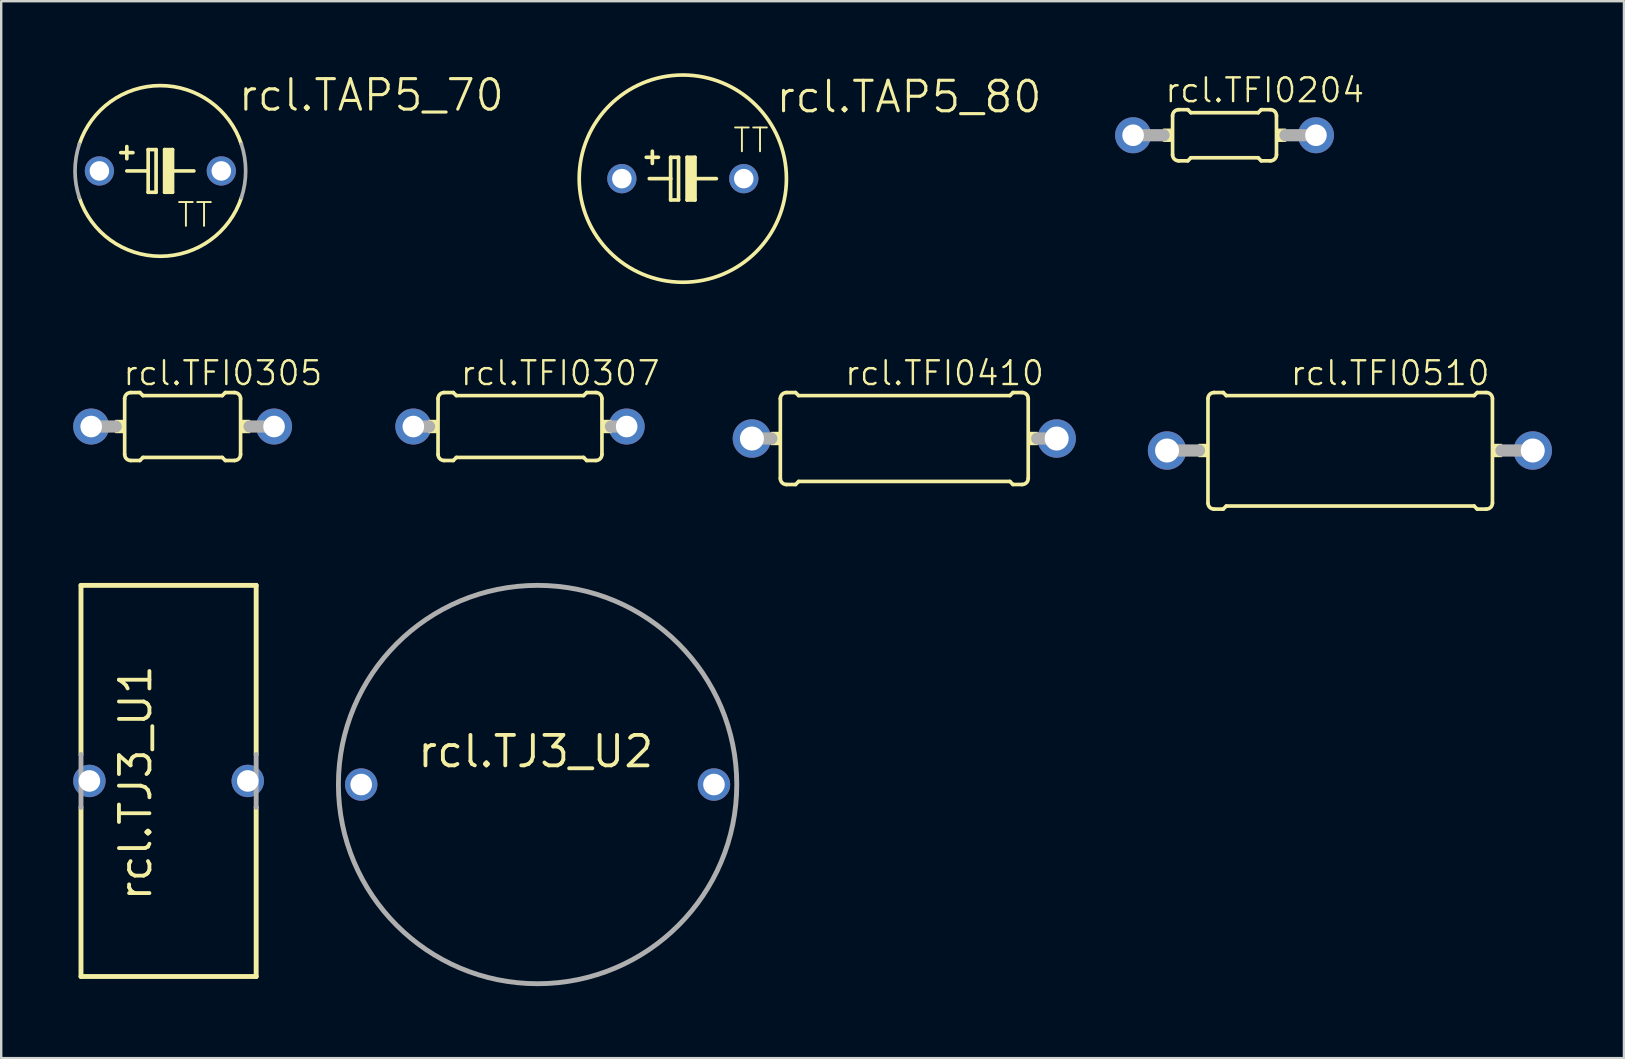
<source format=kicad_pcb>
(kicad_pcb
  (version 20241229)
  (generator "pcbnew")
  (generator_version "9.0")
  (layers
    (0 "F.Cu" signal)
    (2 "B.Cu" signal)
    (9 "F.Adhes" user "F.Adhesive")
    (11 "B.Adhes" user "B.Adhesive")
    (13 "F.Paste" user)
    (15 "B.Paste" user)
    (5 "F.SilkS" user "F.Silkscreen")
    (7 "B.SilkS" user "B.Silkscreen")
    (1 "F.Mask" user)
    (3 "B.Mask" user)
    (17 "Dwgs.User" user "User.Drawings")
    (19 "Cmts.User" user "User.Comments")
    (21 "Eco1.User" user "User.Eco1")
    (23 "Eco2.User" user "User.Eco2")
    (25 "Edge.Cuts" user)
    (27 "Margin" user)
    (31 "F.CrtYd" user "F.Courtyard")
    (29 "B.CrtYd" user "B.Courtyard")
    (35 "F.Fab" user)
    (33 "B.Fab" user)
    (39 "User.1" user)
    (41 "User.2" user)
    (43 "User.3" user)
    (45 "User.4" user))
  (footprint "rcl.TFI0307"
    (layer "F.Cu")
    (at 18.619 14.724)
    (property "Reference" "rcl.TFI0307" (at -2.54 -1.645 0) (layer "F.SilkS") (effects (font (size 0.991 0.991) (thickness 0.1)) (justify left bottom)))
    (attr through_hole)
    (fp_line (start -3.415 1.162) (end -3.415 -1.162) (stroke (width 0.152) (type default)) (layer "F.SilkS"))
    (fp_line (start -3.161 -1.416) (end -2.78 -1.416) (stroke (width 0.152) (type default)) (layer "F.SilkS"))
    (fp_line (start -3.161 1.416) (end -2.78 1.416) (stroke (width 0.152) (type default)) (layer "F.SilkS"))
    (fp_line (start -2.653 -1.289) (end -2.78 -1.416) (stroke (width 0.152) (type default)) (layer "F.SilkS"))
    (fp_line (start -2.653 1.289) (end -2.78 1.416) (stroke (width 0.152) (type default)) (layer "F.SilkS"))
    (fp_line (start 2.653 -1.289) (end -2.653 -1.289) (stroke (width 0.152) (type default)) (layer "F.SilkS"))
    (fp_line (start 2.653 -1.289) (end 2.78 -1.416) (stroke (width 0.152) (type default)) (layer "F.SilkS"))
    (fp_line (start 2.653 1.289) (end -2.653 1.289) (stroke (width 0.152) (type default)) (layer "F.SilkS"))
    (fp_line (start 2.653 1.289) (end 2.78 1.416) (stroke (width 0.152) (type default)) (layer "F.SilkS"))
    (fp_line (start 3.161 -1.416) (end 2.78 -1.416) (stroke (width 0.152) (type default)) (layer "F.SilkS"))
    (fp_line (start 3.161 1.416) (end 2.78 1.416) (stroke (width 0.152) (type default)) (layer "F.SilkS"))
    (fp_line (start 3.415 1.162) (end 3.415 -1.162) (stroke (width 0.152) (type default)) (layer "F.SilkS"))
    (fp_rect (start -3.796 0.254) (end -3.415 -0.254) (stroke (width 0.05) (type default)) (fill yes) (layer "F.SilkS"))
    (fp_rect (start 3.415 0.254) (end 3.796 -0.254) (stroke (width 0.05) (type default)) (fill yes) (layer "F.SilkS"))
    (fp_arc (start -3.415 -1.162) (mid -3.340605 -1.341605) (end -3.161 -1.416) (stroke (width 0.1524) (type default)) (layer "F.SilkS"))
    (fp_arc (start -3.161 1.416) (mid -3.340605 1.341605) (end -3.415 1.162) (stroke (width 0.1524) (type default)) (layer "F.SilkS"))
    (fp_arc (start 3.161 -1.416) (mid 3.340605 -1.341605) (end 3.415 -1.162) (stroke (width 0.1524) (type default)) (layer "F.SilkS"))
    (fp_arc (start 3.415 1.162) (mid 3.340605 1.341605) (end 3.161 1.416) (stroke (width 0.1524) (type default)) (layer "F.SilkS"))
    (fp_line (start -4.445 0) (end -3.79 0) (stroke (width 0.508) (type default)) (layer "F.Fab"))
    (fp_line (start 4.445 0) (end 3.79 0) (stroke (width 0.508) (type default)) (layer "F.Fab"))
    (pad "1" thru_hole circle (at -4.445 0) (size 1.5 1.5) (drill 0.9) (layers "*.Cu" "*.Mask"))
    (pad "2" thru_hole circle (at 4.445 0) (size 1.5 1.5) (drill 0.9) (layers "*.Cu" "*.Mask")))
  (footprint "rcl.TFI0305"
    (layer "F.Cu")
    (at 4.56 14.724)
    (property "Reference" "rcl.TFI0305" (at -2.54 -1.645 0) (layer "F.SilkS") (effects (font (size 0.991 0.991) (thickness 0.1)) (justify left bottom)))
    (attr through_hole)
    (fp_line (start -2.415 1.162) (end -2.415 -1.162) (stroke (width 0.152) (type default)) (layer "F.SilkS"))
    (fp_line (start -2.161 -1.416) (end -1.78 -1.416) (stroke (width 0.152) (type default)) (layer "F.SilkS"))
    (fp_line (start -2.161 1.416) (end -1.78 1.416) (stroke (width 0.152) (type default)) (layer "F.SilkS"))
    (fp_line (start -1.653 -1.289) (end -1.78 -1.416) (stroke (width 0.152) (type default)) (layer "F.SilkS"))
    (fp_line (start -1.653 1.289) (end -1.78 1.416) (stroke (width 0.152) (type default)) (layer "F.SilkS"))
    (fp_line (start 1.653 -1.289) (end -1.653 -1.289) (stroke (width 0.152) (type default)) (layer "F.SilkS"))
    (fp_line (start 1.653 -1.289) (end 1.78 -1.416) (stroke (width 0.152) (type default)) (layer "F.SilkS"))
    (fp_line (start 1.653 1.289) (end -1.653 1.289) (stroke (width 0.152) (type default)) (layer "F.SilkS"))
    (fp_line (start 1.653 1.289) (end 1.78 1.416) (stroke (width 0.152) (type default)) (layer "F.SilkS"))
    (fp_line (start 2.161 -1.416) (end 1.78 -1.416) (stroke (width 0.152) (type default)) (layer "F.SilkS"))
    (fp_line (start 2.161 1.416) (end 1.78 1.416) (stroke (width 0.152) (type default)) (layer "F.SilkS"))
    (fp_line (start 2.415 1.162) (end 2.415 -1.162) (stroke (width 0.152) (type default)) (layer "F.SilkS"))
    (fp_rect (start -2.796 0.254) (end -2.415 -0.254) (stroke (width 0.05) (type default)) (fill yes) (layer "F.SilkS"))
    (fp_rect (start 2.415 0.254) (end 2.796 -0.254) (stroke (width 0.05) (type default)) (fill yes) (layer "F.SilkS"))
    (fp_arc (start -2.415 -1.162) (mid -2.340605 -1.341605) (end -2.161 -1.416) (stroke (width 0.1524) (type default)) (layer "F.SilkS"))
    (fp_arc (start -2.161 1.416) (mid -2.340605 1.341605) (end -2.415 1.162) (stroke (width 0.1524) (type default)) (layer "F.SilkS"))
    (fp_arc (start 2.161 -1.416) (mid 2.340605 -1.341605) (end 2.415 -1.162) (stroke (width 0.1524) (type default)) (layer "F.SilkS"))
    (fp_arc (start 2.415 1.162) (mid 2.340605 1.341605) (end 2.161 1.416) (stroke (width 0.1524) (type default)) (layer "F.SilkS"))
    (fp_line (start -3.81 0) (end -2.79 0) (stroke (width 0.508) (type default)) (layer "F.Fab"))
    (fp_line (start 3.81 0) (end 2.79 0) (stroke (width 0.508) (type default)) (layer "F.Fab"))
    (pad "1" thru_hole circle (at -3.81 0) (size 1.5 1.5) (drill 0.9) (layers "*.Cu" "*.Mask"))
    (pad "2" thru_hole circle (at 3.81 0) (size 1.5 1.5) (drill 0.9) (layers "*.Cu" "*.Mask")))
  (footprint "rcl.TAP5_80"
    (layer "F.Cu")
    (at 25.404 4.394)
    (property "Reference" "rcl.TAP5_80" (at 3.81 -2.667 0) (layer "F.SilkS") (effects (font (size 1.27 1.27) (thickness 0.13)) (justify left bottom)))
    (attr through_hole)
    (fp_line (start -1.397 0) (end -0.508 0) (stroke (width 0.152) (type default)) (layer "F.SilkS"))
    (fp_line (start -1.27 -0.635) (end -1.27 -1.143) (stroke (width 0.152) (type default)) (layer "F.SilkS"))
    (fp_line (start -1.016 -0.889) (end -1.524 -0.889) (stroke (width 0.152) (type default)) (layer "F.SilkS"))
    (fp_line (start -0.508 -0.889) (end -0.508 0) (stroke (width 0.152) (type default)) (layer "F.SilkS"))
    (fp_line (start -0.508 0) (end -0.508 0.889) (stroke (width 0.152) (type default)) (layer "F.SilkS"))
    (fp_line (start -0.508 0.889) (end -0.178 0.889) (stroke (width 0.152) (type default)) (layer "F.SilkS"))
    (fp_line (start -0.178 -0.889) (end -0.508 -0.889) (stroke (width 0.152) (type default)) (layer "F.SilkS"))
    (fp_line (start -0.178 0.889) (end -0.178 -0.889) (stroke (width 0.152) (type default)) (layer "F.SilkS"))
    (fp_line (start 0.178 -0.889) (end 0.178 0.889) (stroke (width 0.152) (type default)) (layer "F.SilkS"))
    (fp_line (start 0.178 0.889) (end 0.508 0.889) (stroke (width 0.152) (type default)) (layer "F.SilkS"))
    (fp_line (start 0.33 0.762) (end 0.33 -0.762) (stroke (width 0.3) (type default)) (layer "F.SilkS"))
    (fp_line (start 0.508 -0.889) (end 0.178 -0.889) (stroke (width 0.152) (type default)) (layer "F.SilkS"))
    (fp_line (start 0.508 0) (end 0.508 -0.889) (stroke (width 0.152) (type default)) (layer "F.SilkS"))
    (fp_line (start 0.508 0) (end 1.397 0) (stroke (width 0.152) (type default)) (layer "F.SilkS"))
    (fp_line (start 0.508 0.889) (end 0.508 0) (stroke (width 0.152) (type default)) (layer "F.SilkS"))
    (fp_circle (center 0 0) (end 4.318 0) (stroke (width 0.152) (type default)) (fill no) (layer "F.SilkS"))
    (fp_text user "TT" (at 2.032 -1.016 0) (layer "F.SilkS") (effects (font (size 0.991 0.991) (thickness 0.08)) (justify left bottom)))
    (pad "+" thru_hole circle (at -2.54 0) (size 1.219 1.219) (drill 0.813) (layers "*.Cu" "*.Mask"))
    (pad "-" thru_hole circle (at 2.54 0) (size 1.219 1.219) (drill 0.813) (layers "*.Cu" "*.Mask")))
  (footprint "rcl.TFI0410"
    (layer "F.Cu")
    (at 34.633 15.224)
    (property "Reference" "rcl.TFI0410" (at -2.54 -2.145 0) (layer "F.SilkS") (effects (font (size 0.991 0.991) (thickness 0.1)) (justify left bottom)))
    (attr through_hole)
    (fp_line (start -5.165 1.662) (end -5.165 -1.662) (stroke (width 0.152) (type default)) (layer "F.SilkS"))
    (fp_line (start -4.911 -1.916) (end -4.53 -1.916) (stroke (width 0.152) (type default)) (layer "F.SilkS"))
    (fp_line (start -4.911 1.916) (end -4.53 1.916) (stroke (width 0.152) (type default)) (layer "F.SilkS"))
    (fp_line (start -4.403 -1.789) (end -4.53 -1.916) (stroke (width 0.152) (type default)) (layer "F.SilkS"))
    (fp_line (start -4.403 1.789) (end -4.53 1.916) (stroke (width 0.152) (type default)) (layer "F.SilkS"))
    (fp_line (start 4.403 -1.789) (end -4.403 -1.789) (stroke (width 0.152) (type default)) (layer "F.SilkS"))
    (fp_line (start 4.403 -1.789) (end 4.53 -1.916) (stroke (width 0.152) (type default)) (layer "F.SilkS"))
    (fp_line (start 4.403 1.789) (end -4.403 1.789) (stroke (width 0.152) (type default)) (layer "F.SilkS"))
    (fp_line (start 4.403 1.789) (end 4.53 1.916) (stroke (width 0.152) (type default)) (layer "F.SilkS"))
    (fp_line (start 4.911 -1.916) (end 4.53 -1.916) (stroke (width 0.152) (type default)) (layer "F.SilkS"))
    (fp_line (start 4.911 1.916) (end 4.53 1.916) (stroke (width 0.152) (type default)) (layer "F.SilkS"))
    (fp_line (start 5.165 1.662) (end 5.165 -1.662) (stroke (width 0.152) (type default)) (layer "F.SilkS"))
    (fp_rect (start -5.546 0.254) (end -5.165 -0.254) (stroke (width 0.05) (type default)) (fill yes) (layer "F.SilkS"))
    (fp_rect (start 5.165 0.254) (end 5.546 -0.254) (stroke (width 0.05) (type default)) (fill yes) (layer "F.SilkS"))
    (fp_arc (start -5.165 -1.662) (mid -5.090605 -1.841605) (end -4.911 -1.916) (stroke (width 0.1524) (type default)) (layer "F.SilkS"))
    (fp_arc (start -4.911 1.916) (mid -5.090605 1.841605) (end -5.165 1.662) (stroke (width 0.1524) (type default)) (layer "F.SilkS"))
    (fp_arc (start 4.911 -1.916) (mid 5.090605 -1.841605) (end 5.165 -1.662) (stroke (width 0.1524) (type default)) (layer "F.SilkS"))
    (fp_arc (start 5.165 1.662) (mid 5.090605 1.841605) (end 4.911 1.916) (stroke (width 0.1524) (type default)) (layer "F.SilkS"))
    (fp_line (start -6.35 0) (end -5.54 0) (stroke (width 0.508) (type default)) (layer "F.Fab"))
    (fp_line (start 6.35 0) (end 5.54 0) (stroke (width 0.508) (type default)) (layer "F.Fab"))
    (pad "1" thru_hole circle (at -6.35 0) (size 1.6 1.6) (drill 1) (layers "*.Cu" "*.Mask"))
    (pad "2" thru_hole circle (at 6.35 0) (size 1.6 1.6) (drill 1) (layers "*.Cu" "*.Mask")))
  (footprint "rcl.TJ3_U1"
    (layer "F.Cu")
    (at 3.975 29.493)
    (property "Reference" "rcl.TJ3_U1" (at -0.635 5.08 90) (layer "F.SilkS") (effects (font (size 1.27 1.27) (thickness 0.16)) (justify left bottom)))
    (attr through_hole)
    (fp_line (start -3.65 -8.15) (end 3.65 -8.15) (stroke (width 0.203) (type default)) (layer "F.SilkS"))
    (fp_line (start -3.65 -1.1) (end -3.65 -8.15) (stroke (width 0.203) (type default)) (layer "F.SilkS"))
    (fp_line (start -3.65 8.15) (end -3.65 1.1) (stroke (width 0.203) (type default)) (layer "F.SilkS"))
    (fp_line (start 3.65 -8.15) (end 3.65 -1.1) (stroke (width 0.203) (type default)) (layer "F.SilkS"))
    (fp_line (start 3.65 1.1) (end 3.65 8.15) (stroke (width 0.203) (type default)) (layer "F.SilkS"))
    (fp_line (start 3.65 8.15) (end -3.65 8.15) (stroke (width 0.203) (type default)) (layer "F.SilkS"))
    (fp_line (start -3.65 1.1) (end -3.65 -1.1) (stroke (width 0.203) (type default)) (layer "F.Fab"))
    (fp_line (start 3.65 -1.1) (end 3.65 1.1) (stroke (width 0.203) (type default)) (layer "F.Fab"))
    (pad "1" thru_hole circle (at -3.3 0) (size 1.35 1.35) (drill 0.9) (layers "*.Cu" "*.Mask"))
    (pad "2" thru_hole circle (at 3.3 0) (size 1.35 1.35) (drill 0.9) (layers "*.Cu" "*.Mask")))
  (footprint "rcl.TFI0204"
    (layer "F.Cu")
    (at 47.978 2.586)
    (property "Reference" "rcl.TFI0204" (at -2.54 -1.295 0) (layer "F.SilkS") (effects (font (size 0.991 0.991) (thickness 0.1)) (justify left bottom)))
    (attr through_hole)
    (fp_line (start -2.165 0.812) (end -2.165 -0.812) (stroke (width 0.152) (type default)) (layer "F.SilkS"))
    (fp_line (start -1.911 -1.066) (end -1.53 -1.066) (stroke (width 0.152) (type default)) (layer "F.SilkS"))
    (fp_line (start -1.911 1.066) (end -1.53 1.066) (stroke (width 0.152) (type default)) (layer "F.SilkS"))
    (fp_line (start -1.403 -0.939) (end -1.53 -1.066) (stroke (width 0.152) (type default)) (layer "F.SilkS"))
    (fp_line (start -1.403 0.939) (end -1.53 1.066) (stroke (width 0.152) (type default)) (layer "F.SilkS"))
    (fp_line (start 1.403 -0.939) (end -1.403 -0.939) (stroke (width 0.152) (type default)) (layer "F.SilkS"))
    (fp_line (start 1.403 -0.939) (end 1.53 -1.066) (stroke (width 0.152) (type default)) (layer "F.SilkS"))
    (fp_line (start 1.403 0.939) (end -1.403 0.939) (stroke (width 0.152) (type default)) (layer "F.SilkS"))
    (fp_line (start 1.403 0.939) (end 1.53 1.066) (stroke (width 0.152) (type default)) (layer "F.SilkS"))
    (fp_line (start 1.911 -1.066) (end 1.53 -1.066) (stroke (width 0.152) (type default)) (layer "F.SilkS"))
    (fp_line (start 1.911 1.066) (end 1.53 1.066) (stroke (width 0.152) (type default)) (layer "F.SilkS"))
    (fp_line (start 2.165 0.812) (end 2.165 -0.812) (stroke (width 0.152) (type default)) (layer "F.SilkS"))
    (fp_rect (start -2.546 0.254) (end -2.165 -0.254) (stroke (width 0.05) (type default)) (fill yes) (layer "F.SilkS"))
    (fp_rect (start 2.165 0.254) (end 2.546 -0.254) (stroke (width 0.05) (type default)) (fill yes) (layer "F.SilkS"))
    (fp_arc (start -2.165 -0.812) (mid -2.090605 -0.991605) (end -1.911 -1.066) (stroke (width 0.1524) (type default)) (layer "F.SilkS"))
    (fp_arc (start -1.911 1.066) (mid -2.090605 0.991605) (end -2.165 0.812) (stroke (width 0.1524) (type default)) (layer "F.SilkS"))
    (fp_arc (start 1.911 -1.066) (mid 2.090605 -0.991605) (end 2.165 -0.812) (stroke (width 0.1524) (type default)) (layer "F.SilkS"))
    (fp_arc (start 2.165 0.812) (mid 2.090605 0.991605) (end 1.911 1.066) (stroke (width 0.1524) (type default)) (layer "F.SilkS"))
    (fp_line (start -3.81 0) (end -2.54 0) (stroke (width 0.508) (type default)) (layer "F.Fab"))
    (fp_line (start 3.81 0) (end 2.54 0) (stroke (width 0.508) (type default)) (layer "F.Fab"))
    (pad "1" thru_hole circle (at -3.81 0) (size 1.5 1.5) (drill 0.9) (layers "*.Cu" "*.Mask"))
    (pad "2" thru_hole circle (at 3.81 0) (size 1.5 1.5) (drill 0.9) (layers "*.Cu" "*.Mask")))
  (footprint "rcl.TAP5_70"
    (layer "F.Cu")
    (at 3.632 4.073)
    (property "Reference" "rcl.TAP5_70" (at 3.175 -2.413 0) (layer "F.SilkS") (effects (font (size 1.27 1.27) (thickness 0.13)) (justify left bottom)))
    (attr through_hole)
    (fp_line (start -1.397 -0.508) (end -1.397 -1.016) (stroke (width 0.152) (type default)) (layer "F.SilkS"))
    (fp_line (start -1.397 0) (end -0.508 0) (stroke (width 0.152) (type default)) (layer "F.SilkS"))
    (fp_line (start -1.143 -0.762) (end -1.651 -0.762) (stroke (width 0.152) (type default)) (layer "F.SilkS"))
    (fp_line (start -0.508 -0.889) (end -0.508 0) (stroke (width 0.152) (type default)) (layer "F.SilkS"))
    (fp_line (start -0.508 0) (end -0.508 0.889) (stroke (width 0.152) (type default)) (layer "F.SilkS"))
    (fp_line (start -0.508 0.889) (end -0.178 0.889) (stroke (width 0.152) (type default)) (layer "F.SilkS"))
    (fp_line (start -0.178 -0.889) (end -0.508 -0.889) (stroke (width 0.152) (type default)) (layer "F.SilkS"))
    (fp_line (start -0.178 0.889) (end -0.178 -0.889) (stroke (width 0.152) (type default)) (layer "F.SilkS"))
    (fp_line (start 0.178 -0.889) (end 0.178 0.889) (stroke (width 0.152) (type default)) (layer "F.SilkS"))
    (fp_line (start 0.178 0.889) (end 0.508 0.889) (stroke (width 0.152) (type default)) (layer "F.SilkS"))
    (fp_line (start 0.33 0.762) (end 0.33 -0.762) (stroke (width 0.3) (type default)) (layer "F.SilkS"))
    (fp_line (start 0.508 -0.889) (end 0.178 -0.889) (stroke (width 0.152) (type default)) (layer "F.SilkS"))
    (fp_line (start 0.508 0) (end 0.508 -0.889) (stroke (width 0.152) (type default)) (layer "F.SilkS"))
    (fp_line (start 0.508 0) (end 1.397 0) (stroke (width 0.152) (type default)) (layer "F.SilkS"))
    (fp_line (start 0.508 0.889) (end 0.508 0) (stroke (width 0.152) (type default)) (layer "F.SilkS"))
    (fp_arc (start -3.3749 -1.1199) (mid 0 -3.555858) (end 3.3749 -1.1199) (stroke (width 0.1524) (type default)) (layer "F.SilkS"))
    (fp_arc (start 3.3749 1.1199) (mid 0 3.555858) (end -3.3749 1.1199) (stroke (width 0.1524) (type default)) (layer "F.SilkS"))
    (fp_arc (start -3.3749 1.1199) (mid -3.555858 0) (end -3.3749 -1.1199) (stroke (width 0.1524) (type default)) (layer "F.Fab"))
    (fp_arc (start 3.3749 -1.1199) (mid 3.555858 0) (end 3.3749 1.1199) (stroke (width 0.1524) (type default)) (layer "F.Fab"))
    (fp_text user "TT" (at 0.635 2.413 0) (layer "F.SilkS") (effects (font (size 0.991 0.991) (thickness 0.08)) (justify left bottom)))
    (pad "+" thru_hole circle (at -2.54 0) (size 1.219 1.219) (drill 0.813) (layers "*.Cu" "*.Mask"))
    (pad "-" thru_hole circle (at 2.54 0) (size 1.219 1.219) (drill 0.813) (layers "*.Cu" "*.Mask")))
  (footprint "rcl.TFI0510"
    (layer "F.Cu")
    (at 53.203 15.724)
    (property "Reference" "rcl.TFI0510" (at -2.54 -2.645 0) (layer "F.SilkS") (effects (font (size 0.991 0.991) (thickness 0.1)) (justify left bottom)))
    (attr through_hole)
    (fp_line (start -5.915 2.187) (end -5.915 -2.162) (stroke (width 0.152) (type default)) (layer "F.SilkS"))
    (fp_line (start -5.661 -2.416) (end -5.28 -2.416) (stroke (width 0.152) (type default)) (layer "F.SilkS"))
    (fp_line (start -5.661 2.441) (end -5.28 2.441) (stroke (width 0.152) (type default)) (layer "F.SilkS"))
    (fp_line (start -5.153 -2.289) (end -5.28 -2.416) (stroke (width 0.152) (type default)) (layer "F.SilkS"))
    (fp_line (start -5.153 2.314) (end -5.28 2.441) (stroke (width 0.152) (type default)) (layer "F.SilkS"))
    (fp_line (start 5.178 -2.289) (end -5.153 -2.289) (stroke (width 0.152) (type default)) (layer "F.SilkS"))
    (fp_line (start 5.178 -2.289) (end 5.305 -2.416) (stroke (width 0.152) (type default)) (layer "F.SilkS"))
    (fp_line (start 5.178 2.314) (end -5.153 2.314) (stroke (width 0.152) (type default)) (layer "F.SilkS"))
    (fp_line (start 5.178 2.314) (end 5.305 2.441) (stroke (width 0.152) (type default)) (layer "F.SilkS"))
    (fp_line (start 5.686 -2.416) (end 5.305 -2.416) (stroke (width 0.152) (type default)) (layer "F.SilkS"))
    (fp_line (start 5.686 2.441) (end 5.305 2.441) (stroke (width 0.152) (type default)) (layer "F.SilkS"))
    (fp_line (start 5.94 2.187) (end 5.94 -2.162) (stroke (width 0.152) (type default)) (layer "F.SilkS"))
    (fp_rect (start -6.296 0.254) (end -5.915 -0.254) (stroke (width 0.05) (type default)) (fill yes) (layer "F.SilkS"))
    (fp_rect (start 5.94 0.254) (end 6.321 -0.254) (stroke (width 0.05) (type default)) (fill yes) (layer "F.SilkS"))
    (fp_arc (start -5.915 -2.162) (mid -5.840605 -2.341605) (end -5.661 -2.416) (stroke (width 0.1524) (type default)) (layer "F.SilkS"))
    (fp_arc (start -5.661 2.441) (mid -5.840605 2.366605) (end -5.915 2.187) (stroke (width 0.1524) (type default)) (layer "F.SilkS"))
    (fp_arc (start 5.686 -2.416) (mid 5.865605 -2.341605) (end 5.94 -2.162) (stroke (width 0.1524) (type default)) (layer "F.SilkS"))
    (fp_arc (start 5.94 2.187) (mid 5.865605 2.366605) (end 5.686 2.441) (stroke (width 0.1524) (type default)) (layer "F.SilkS"))
    (fp_line (start -7.62 0) (end -6.29 0) (stroke (width 0.508) (type default)) (layer "F.Fab"))
    (fp_line (start 7.62 0) (end 6.315 0) (stroke (width 0.508) (type default)) (layer "F.Fab"))
    (pad "1" thru_hole circle (at -7.62 0) (size 1.6 1.6) (drill 1) (layers "*.Cu" "*.Mask"))
    (pad "2" thru_hole circle (at 7.62 0) (size 1.6 1.6) (drill 1) (layers "*.Cu" "*.Mask")))
  (footprint "rcl.TJ3_U2"
    (layer "F.Cu")
    (at 19.352 29.643)
    (property "Reference" "rcl.TJ3_U2" (at -5.08 -0.635 0) (layer "F.SilkS") (effects (font (size 1.27 1.27) (thickness 0.16)) (justify left bottom)))
    (attr through_hole)
    (fp_circle (center 0 0) (end 8.3 0) (stroke (width 0.203) (type default)) (fill no) (layer "F.Fab"))
    (pad "1" thru_hole circle (at -7.35 0) (size 1.35 1.35) (drill 0.9) (layers "*.Cu" "*.Mask"))
    (pad "2" thru_hole circle (at 7.35 0) (size 1.35 1.35) (drill 0.9) (layers "*.Cu" "*.Mask")))
  (gr_rect
    (start -3 -3)
    (end 64.623 41.045)
    (stroke (width 0.1) (type default))
    (fill no)
    (layer "Edge.Cuts")))
</source>
